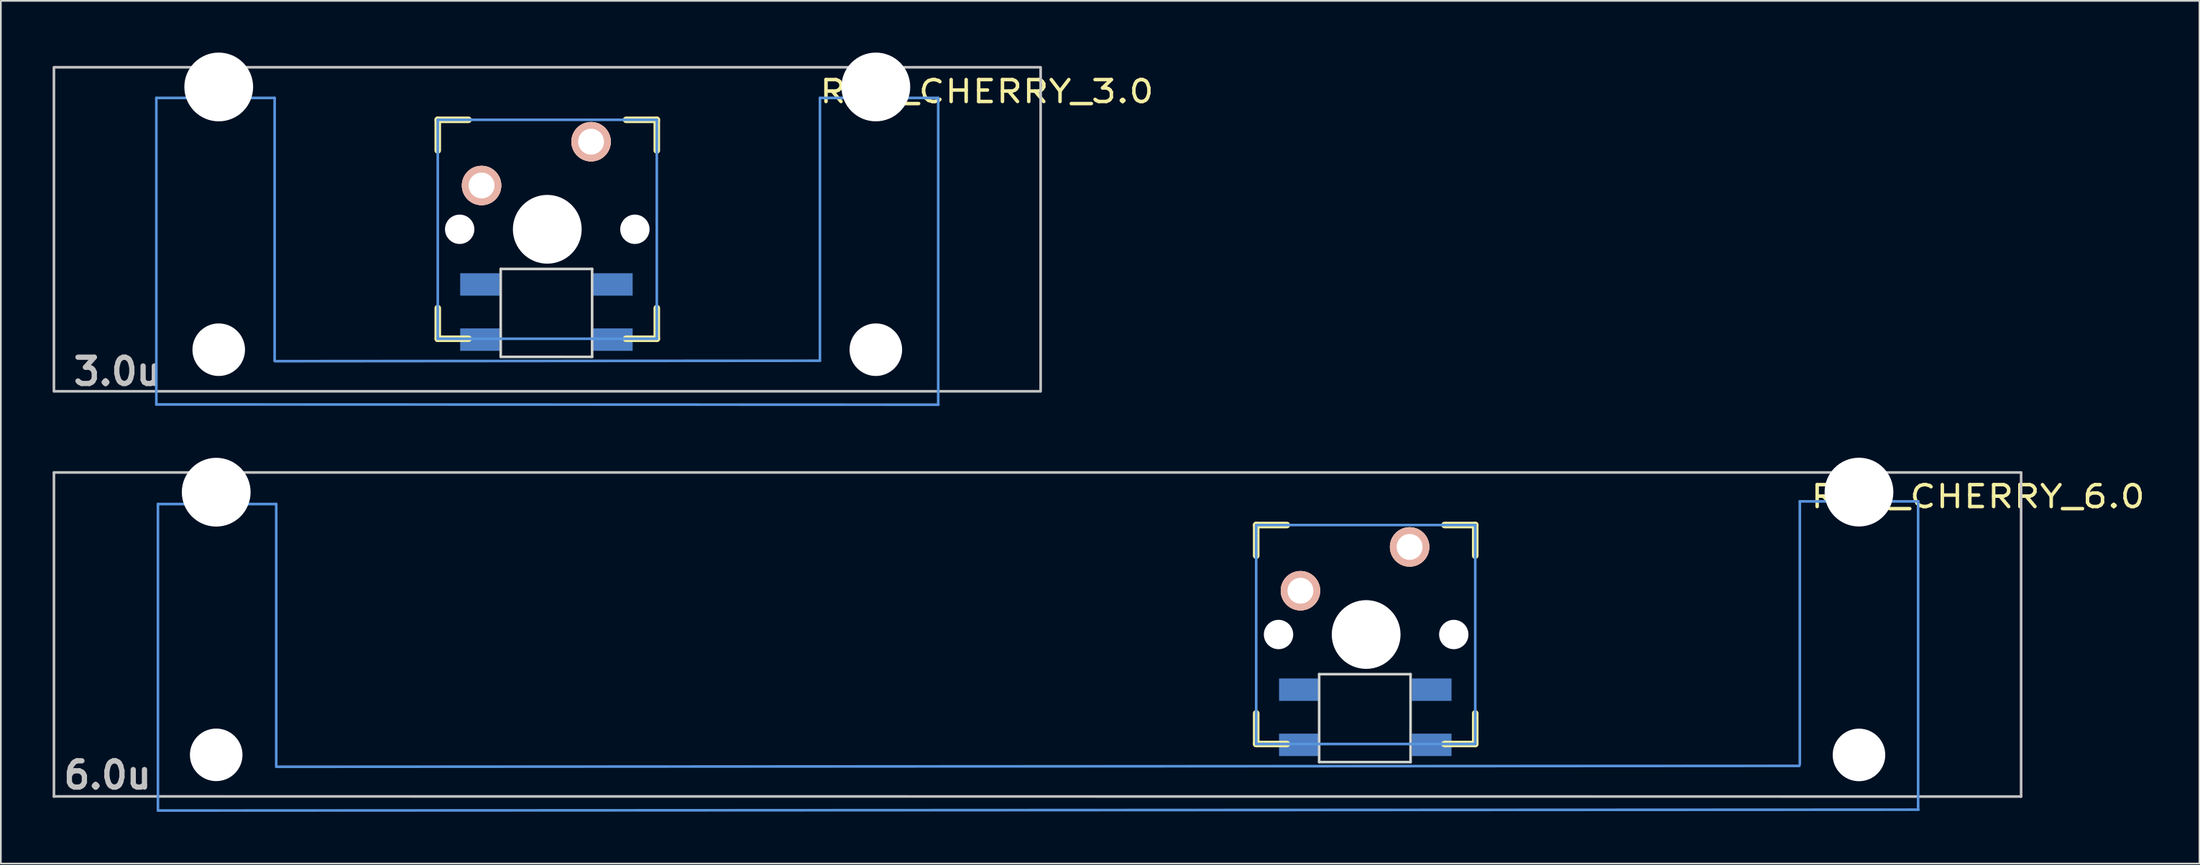
<source format=kicad_pcb>
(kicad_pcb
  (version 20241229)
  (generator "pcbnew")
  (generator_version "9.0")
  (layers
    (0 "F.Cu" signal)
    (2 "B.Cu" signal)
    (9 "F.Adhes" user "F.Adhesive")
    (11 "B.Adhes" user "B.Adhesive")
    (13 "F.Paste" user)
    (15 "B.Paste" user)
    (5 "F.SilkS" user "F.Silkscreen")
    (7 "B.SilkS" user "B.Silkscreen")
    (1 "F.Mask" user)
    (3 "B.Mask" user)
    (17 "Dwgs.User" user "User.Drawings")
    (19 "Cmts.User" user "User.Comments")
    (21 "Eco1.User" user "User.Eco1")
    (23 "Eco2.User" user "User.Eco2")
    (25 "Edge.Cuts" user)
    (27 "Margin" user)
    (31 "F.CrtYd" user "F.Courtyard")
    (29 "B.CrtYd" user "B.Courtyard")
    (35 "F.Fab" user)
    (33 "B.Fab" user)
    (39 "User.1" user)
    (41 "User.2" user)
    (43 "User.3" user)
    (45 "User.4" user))
  (footprint "RGB_CHERRY_3.0"
    (layer "F.Cu")
    (at 28.682 10.249)
    (property "Reference" "RGB_CHERRY_3.0" (at 25.485 -7.99 0) (layer "F.SilkS") (effects (font (size 1.27 1.524) (thickness 0.203))))
    (attr through_hole)
    (fp_line (start -6.35 -6.35) (end -4.572 -6.35) (stroke (width 0.381) (type solid)) (layer "F.SilkS"))
    (fp_line (start -6.35 -4.572) (end -6.35 -6.35) (stroke (width 0.381) (type solid)) (layer "F.SilkS"))
    (fp_line (start -6.35 6.35) (end -6.35 4.572) (stroke (width 0.381) (type solid)) (layer "F.SilkS"))
    (fp_line (start -4.572 6.35) (end -6.35 6.35) (stroke (width 0.381) (type solid)) (layer "F.SilkS"))
    (fp_line (start 4.572 -6.35) (end 6.35 -6.35) (stroke (width 0.381) (type solid)) (layer "F.SilkS"))
    (fp_line (start 6.35 -6.35) (end 6.35 -4.572) (stroke (width 0.381) (type solid)) (layer "F.SilkS"))
    (fp_line (start 6.35 4.572) (end 6.35 6.35) (stroke (width 0.381) (type solid)) (layer "F.SilkS"))
    (fp_line (start 6.35 6.35) (end 4.572 6.35) (stroke (width 0.381) (type solid)) (layer "F.SilkS"))
    (fp_line (start -28.606 9.398) (end -28.606 -9.398) (stroke (width 0.152) (type solid)) (layer "Dwgs.User"))
    (fp_line (start -28.575 -9.398) (end 28.575 -9.398) (stroke (width 0.152) (type solid)) (layer "Dwgs.User"))
    (fp_line (start 28.575 9.398) (end -28.575 9.398) (stroke (width 0.152) (type solid)) (layer "Dwgs.User"))
    (fp_line (start 28.606 -9.398) (end 28.606 9.398) (stroke (width 0.152) (type solid)) (layer "Dwgs.User"))
    (fp_line (start -22.667 -7.62) (end -22.667 10.16) (stroke (width 0.152) (type solid)) (layer "Cmts.User"))
    (fp_line (start -22.667 10.16) (end 22.675 10.175) (stroke (width 0.152) (type solid)) (layer "Cmts.User"))
    (fp_line (start -15.809 -7.62) (end -22.667 -7.62) (stroke (width 0.152) (type solid)) (layer "Cmts.User"))
    (fp_line (start -15.809 7.62) (end -15.809 -7.62) (stroke (width 0.152) (type solid)) (layer "Cmts.User"))
    (fp_line (start -6.35 -6.35) (end 6.35 -6.35) (stroke (width 0.152) (type solid)) (layer "Cmts.User"))
    (fp_line (start -6.35 6.35) (end -6.35 -6.35) (stroke (width 0.152) (type solid)) (layer "Cmts.User"))
    (fp_line (start 6.35 -6.35) (end 6.35 6.35) (stroke (width 0.152) (type solid)) (layer "Cmts.User"))
    (fp_line (start 6.35 6.35) (end -6.35 6.35) (stroke (width 0.152) (type solid)) (layer "Cmts.User"))
    (fp_line (start 15.8 7.625) (end -15.8 7.65) (stroke (width 0.152) (type solid)) (layer "Cmts.User"))
    (fp_line (start 15.809 -7.62) (end 15.809 7.62) (stroke (width 0.152) (type solid)) (layer "Cmts.User"))
    (fp_line (start 22.667 -7.62) (end 15.809 -7.62) (stroke (width 0.152) (type solid)) (layer "Cmts.User"))
    (fp_line (start 22.667 10.16) (end 22.667 -7.62) (stroke (width 0.152) (type solid)) (layer "Cmts.User"))
    (fp_line (start -23.429 -2.286) (end -22.565 -2.286) (stroke (width 0.152) (type solid)) (layer "Eco2.User"))
    (fp_line (start -23.429 0.508) (end -23.429 -2.286) (stroke (width 0.152) (type solid)) (layer "Eco2.User"))
    (fp_line (start -22.565 -5.69) (end -15.911 -5.69) (stroke (width 0.152) (type solid)) (layer "Eco2.User"))
    (fp_line (start -22.565 -2.286) (end -22.565 -5.69) (stroke (width 0.152) (type solid)) (layer "Eco2.User"))
    (fp_line (start -22.565 0.508) (end -23.429 0.508) (stroke (width 0.152) (type solid)) (layer "Eco2.User"))
    (fp_line (start -22.565 6.604) (end -22.565 0.508) (stroke (width 0.152) (type solid)) (layer "Eco2.User"))
    (fp_line (start -21.524 6.604) (end -22.565 6.604) (stroke (width 0.152) (type solid)) (layer "Eco2.User"))
    (fp_line (start -21.524 7.772) (end -21.524 6.604) (stroke (width 0.152) (type solid)) (layer "Eco2.User"))
    (fp_line (start -16.952 6.604) (end -16.952 7.772) (stroke (width 0.152) (type solid)) (layer "Eco2.User"))
    (fp_line (start -16.952 7.772) (end -21.524 7.772) (stroke (width 0.152) (type solid)) (layer "Eco2.User"))
    (fp_line (start -15.911 -5.69) (end -15.911 -2.286) (stroke (width 0.152) (type solid)) (layer "Eco2.User"))
    (fp_line (start -15.911 2.286) (end -15.911 6.604) (stroke (width 0.152) (type solid)) (layer "Eco2.User"))
    (fp_line (start -15.911 6.604) (end -16.952 6.604) (stroke (width 0.152) (type solid)) (layer "Eco2.User"))
    (fp_line (start -15.9 -2.275) (end -6.985 -2.286) (stroke (width 0.152) (type solid)) (layer "Eco2.User"))
    (fp_line (start -6.985 -6.985) (end 6.985 -6.985) (stroke (width 0.152) (type solid)) (layer "Eco2.User"))
    (fp_line (start -6.985 -2.286) (end -6.985 -6.985) (stroke (width 0.152) (type solid)) (layer "Eco2.User"))
    (fp_line (start -6.985 2.286) (end -15.9 2.275) (stroke (width 0.152) (type solid)) (layer "Eco2.User"))
    (fp_line (start -6.985 6.985) (end -6.985 2.286) (stroke (width 0.152) (type solid)) (layer "Eco2.User"))
    (fp_line (start 6.985 -6.985) (end 6.985 -2.286) (stroke (width 0.152) (type solid)) (layer "Eco2.User"))
    (fp_line (start 6.985 -2.286) (end 15.9 -2.275) (stroke (width 0.152) (type solid)) (layer "Eco2.User"))
    (fp_line (start 6.985 2.286) (end 6.985 6.985) (stroke (width 0.152) (type solid)) (layer "Eco2.User"))
    (fp_line (start 6.985 6.985) (end -6.985 6.985) (stroke (width 0.152) (type solid)) (layer "Eco2.User"))
    (fp_line (start 15.9 2.3) (end 6.985 2.286) (stroke (width 0.152) (type solid)) (layer "Eco2.User"))
    (fp_line (start 15.911 -5.69) (end 22.565 -5.69) (stroke (width 0.152) (type solid)) (layer "Eco2.User"))
    (fp_line (start 15.911 -2.286) (end 15.911 -5.69) (stroke (width 0.152) (type solid)) (layer "Eco2.User"))
    (fp_line (start 15.911 6.604) (end 15.911 2.286) (stroke (width 0.152) (type solid)) (layer "Eco2.User"))
    (fp_line (start 16.952 6.604) (end 15.911 6.604) (stroke (width 0.152) (type solid)) (layer "Eco2.User"))
    (fp_line (start 16.952 7.772) (end 16.952 6.604) (stroke (width 0.152) (type solid)) (layer "Eco2.User"))
    (fp_line (start 21.524 6.604) (end 21.524 7.772) (stroke (width 0.152) (type solid)) (layer "Eco2.User"))
    (fp_line (start 21.524 7.772) (end 16.952 7.772) (stroke (width 0.152) (type solid)) (layer "Eco2.User"))
    (fp_line (start 22.565 -5.69) (end 22.565 -2.286) (stroke (width 0.152) (type solid)) (layer "Eco2.User"))
    (fp_line (start 22.565 -2.286) (end 23.429 -2.286) (stroke (width 0.152) (type solid)) (layer "Eco2.User"))
    (fp_line (start 22.565 0.508) (end 22.565 6.604) (stroke (width 0.152) (type solid)) (layer "Eco2.User"))
    (fp_line (start 22.565 6.604) (end 21.524 6.604) (stroke (width 0.152) (type solid)) (layer "Eco2.User"))
    (fp_line (start 23.429 -2.286) (end 23.429 0.508) (stroke (width 0.152) (type solid)) (layer "Eco2.User"))
    (fp_line (start 23.429 0.508) (end 22.565 0.508) (stroke (width 0.152) (type solid)) (layer "Eco2.User"))
    (fp_line (start -2.7 2.3) (end -2.7 7.4) (stroke (width 0.15) (type solid)) (layer "Edge.Cuts"))
    (fp_line (start -2.7 2.3) (end 2.6 2.3) (stroke (width 0.15) (type solid)) (layer "Edge.Cuts"))
    (fp_line (start 2.6 2.3) (end 2.6 7.4) (stroke (width 0.15) (type solid)) (layer "Edge.Cuts"))
    (fp_line (start 2.6 7.4) (end -2.7 7.4) (stroke (width 0.15) (type solid)) (layer "Edge.Cuts"))
    (fp_text user "3.0u" (at -24.923 8.255 0) (layer "Dwgs.User") (effects (font (size 1.524 1.524) (thickness 0.305))))
    (pad "" np_thru_hole circle (at -19.05 -8.255) (size 3.988 3.988) (drill 3.988) (layers "*.Cu"))
    (pad "" np_thru_hole circle (at -19.05 6.985) (size 3.048 3.048) (drill 3.048) (layers "*.Cu"))
    (pad "" np_thru_hole circle (at -5.08 0) (size 1.702 1.702) (drill 1.702) (layers "*.Cu"))
    (pad "" np_thru_hole circle (at 0 0) (size 3.988 3.988) (drill 3.988) (layers "*.Cu"))
    (pad "" np_thru_hole circle (at 5.08 0) (size 1.702 1.702) (drill 1.702) (layers "*.Cu"))
    (pad "" np_thru_hole circle (at 19.05 -8.255) (size 3.988 3.988) (drill 3.988) (layers "*.Cu"))
    (pad "" np_thru_hole circle (at 19.05 6.985) (size 3.048 3.048) (drill 3.048) (layers "*.Cu"))
    (pad "1" thru_hole circle (at 2.54 -5.08) (size 2.286 2.286) (drill 1.499) (layers "*.Cu" "*.SilkS" "*.Mask"))
    (pad "2" thru_hole circle (at -3.81 -2.54) (size 2.286 2.286) (drill 1.499) (layers "*.Cu" "*.SilkS" "*.Mask"))
    (pad "3" smd rect (at -2.8 3.2) (size 2.3 1.3) (drill (offset -1.1 0)) (layers "B.Cu" "B.Mask" "B.Paste"))
    (pad "4" smd rect (at -2.8 6.4) (size 2.3 1.3) (drill (offset -1.1 0)) (layers "B.Cu" "B.Mask" "B.Paste"))
    (pad "5" smd rect (at 2.7 6.4) (size 2.3 1.3) (drill (offset 1.1 0)) (layers "B.Cu" "B.Mask" "B.Paste"))
    (pad "6" smd rect (at 2.7 3.2) (size 2.3 1.3) (drill (offset 1.1 0)) (layers "B.Cu" "B.Mask" "B.Paste")))
  (footprint "RGB_CHERRY_6.0"
    (layer "F.Cu")
    (at 66.636 33.754)
    (property "Reference" "RGB_CHERRY_6.0" (at 45 -8 0) (layer "F.SilkS") (effects (font (size 1.27 1.524) (thickness 0.203))))
    (attr through_hole)
    (fp_line (start 3.15 -6.35) (end 4.928 -6.35) (stroke (width 0.381) (type solid)) (layer "F.SilkS"))
    (fp_line (start 3.15 -4.572) (end 3.15 -6.35) (stroke (width 0.381) (type solid)) (layer "F.SilkS"))
    (fp_line (start 3.15 6.35) (end 3.15 4.572) (stroke (width 0.381) (type solid)) (layer "F.SilkS"))
    (fp_line (start 4.928 6.35) (end 3.15 6.35) (stroke (width 0.381) (type solid)) (layer "F.SilkS"))
    (fp_line (start 14.072 -6.35) (end 15.85 -6.35) (stroke (width 0.381) (type solid)) (layer "F.SilkS"))
    (fp_line (start 15.85 -6.35) (end 15.85 -4.572) (stroke (width 0.381) (type solid)) (layer "F.SilkS"))
    (fp_line (start 15.85 4.572) (end 15.85 6.35) (stroke (width 0.381) (type solid)) (layer "F.SilkS"))
    (fp_line (start 15.85 6.35) (end 14.072 6.35) (stroke (width 0.381) (type solid)) (layer "F.SilkS"))
    (fp_line (start -66.559 -9.398) (end 47.5 -9.398) (stroke (width 0.152) (type solid)) (layer "Dwgs.User"))
    (fp_line (start -66.559 9.398) (end -66.559 -9.398) (stroke (width 0.152) (type solid)) (layer "Dwgs.User"))
    (fp_line (start 47.5 -9.398) (end 47.5 9.398) (stroke (width 0.152) (type solid)) (layer "Dwgs.User"))
    (fp_line (start 47.5 9.398) (end -66.56 9.39) (stroke (width 0.152) (type solid)) (layer "Dwgs.User"))
    (fp_line (start -60.528 -7.569) (end -60.528 10.211) (stroke (width 0.152) (type solid)) (layer "Cmts.User"))
    (fp_line (start -60.52 10.21) (end 41.554 10.16) (stroke (width 0.152) (type solid)) (layer "Cmts.User"))
    (fp_line (start -53.67 -7.569) (end -60.528 -7.569) (stroke (width 0.152) (type solid)) (layer "Cmts.User"))
    (fp_line (start -53.67 7.671) (end -53.67 -7.569) (stroke (width 0.152) (type solid)) (layer "Cmts.User"))
    (fp_line (start 3.15 -6.35) (end 15.85 -6.35) (stroke (width 0.152) (type solid)) (layer "Cmts.User"))
    (fp_line (start 3.15 6.35) (end 3.15 -6.35) (stroke (width 0.152) (type solid)) (layer "Cmts.User"))
    (fp_line (start 15.85 -6.35) (end 15.85 6.35) (stroke (width 0.152) (type solid)) (layer "Cmts.User"))
    (fp_line (start 15.85 6.35) (end 3.15 6.35) (stroke (width 0.152) (type solid)) (layer "Cmts.User"))
    (fp_line (start 34.646 7.62) (end -53.645 7.671) (stroke (width 0.152) (type solid)) (layer "Cmts.User"))
    (fp_line (start 34.671 -7.722) (end 34.671 7.518) (stroke (width 0.152) (type solid)) (layer "Cmts.User"))
    (fp_line (start 41.529 -7.722) (end 34.671 -7.722) (stroke (width 0.152) (type solid)) (layer "Cmts.User"))
    (fp_line (start 41.529 10.058) (end 41.529 -7.722) (stroke (width 0.152) (type solid)) (layer "Cmts.User"))
    (fp_line (start -61.29 -2.235) (end -60.427 -2.235) (stroke (width 0.152) (type solid)) (layer "Eco2.User"))
    (fp_line (start -61.29 0.559) (end -61.29 -2.235) (stroke (width 0.152) (type solid)) (layer "Eco2.User"))
    (fp_line (start -60.427 -5.639) (end -53.772 -5.639) (stroke (width 0.152) (type solid)) (layer "Eco2.User"))
    (fp_line (start -60.427 -2.235) (end -60.427 -5.639) (stroke (width 0.152) (type solid)) (layer "Eco2.User"))
    (fp_line (start -60.427 0.559) (end -61.29 0.559) (stroke (width 0.152) (type solid)) (layer "Eco2.User"))
    (fp_line (start -60.427 6.655) (end -60.427 0.559) (stroke (width 0.152) (type solid)) (layer "Eco2.User"))
    (fp_line (start -59.385 6.655) (end -60.427 6.655) (stroke (width 0.152) (type solid)) (layer "Eco2.User"))
    (fp_line (start -59.385 7.823) (end -59.385 6.655) (stroke (width 0.152) (type solid)) (layer "Eco2.User"))
    (fp_line (start -54.813 6.655) (end -54.813 7.823) (stroke (width 0.152) (type solid)) (layer "Eco2.User"))
    (fp_line (start -54.813 7.823) (end -59.385 7.823) (stroke (width 0.152) (type solid)) (layer "Eco2.User"))
    (fp_line (start -53.797 -2.286) (end 2.5 -2.3) (stroke (width 0.152) (type solid)) (layer "Eco2.User"))
    (fp_line (start -53.772 -5.639) (end -53.772 -2.235) (stroke (width 0.152) (type solid)) (layer "Eco2.User"))
    (fp_line (start -53.772 2.337) (end -53.772 6.655) (stroke (width 0.152) (type solid)) (layer "Eco2.User"))
    (fp_line (start -53.772 6.655) (end -54.813 6.655) (stroke (width 0.152) (type solid)) (layer "Eco2.User"))
    (fp_line (start 2.5 2.3) (end -53.797 2.286) (stroke (width 0.152) (type solid)) (layer "Eco2.User"))
    (fp_line (start 2.515 -6.985) (end 16.485 -6.985) (stroke (width 0.152) (type solid)) (layer "Eco2.User"))
    (fp_line (start 2.515 -2.286) (end 2.515 -6.985) (stroke (width 0.152) (type solid)) (layer "Eco2.User"))
    (fp_line (start 2.515 6.985) (end 2.515 2.286) (stroke (width 0.152) (type solid)) (layer "Eco2.User"))
    (fp_line (start 16.485 -6.985) (end 16.485 -2.286) (stroke (width 0.152) (type solid)) (layer "Eco2.User"))
    (fp_line (start 16.485 2.286) (end 16.485 6.985) (stroke (width 0.152) (type solid)) (layer "Eco2.User"))
    (fp_line (start 16.485 6.985) (end 2.515 6.985) (stroke (width 0.152) (type solid)) (layer "Eco2.User"))
    (fp_line (start 16.5 -2.3) (end 34.798 -2.286) (stroke (width 0.152) (type solid)) (layer "Eco2.User"))
    (fp_line (start 34.747 2.286) (end 16.5 2.3) (stroke (width 0.152) (type solid)) (layer "Eco2.User"))
    (fp_line (start 34.773 -5.791) (end 41.427 -5.791) (stroke (width 0.152) (type solid)) (layer "Eco2.User"))
    (fp_line (start 34.773 -2.388) (end 34.773 -5.791) (stroke (width 0.152) (type solid)) (layer "Eco2.User"))
    (fp_line (start 34.773 6.502) (end 34.798 2.286) (stroke (width 0.152) (type solid)) (layer "Eco2.User"))
    (fp_line (start 35.814 6.502) (end 34.773 6.502) (stroke (width 0.152) (type solid)) (layer "Eco2.User"))
    (fp_line (start 35.814 7.671) (end 35.814 6.502) (stroke (width 0.152) (type solid)) (layer "Eco2.User"))
    (fp_line (start 40.386 6.502) (end 40.386 7.671) (stroke (width 0.152) (type solid)) (layer "Eco2.User"))
    (fp_line (start 40.386 7.671) (end 35.814 7.671) (stroke (width 0.152) (type solid)) (layer "Eco2.User"))
    (fp_line (start 41.427 -5.791) (end 41.427 -2.388) (stroke (width 0.152) (type solid)) (layer "Eco2.User"))
    (fp_line (start 41.427 -2.388) (end 42.291 -2.388) (stroke (width 0.152) (type solid)) (layer "Eco2.User"))
    (fp_line (start 41.427 0.406) (end 41.427 6.502) (stroke (width 0.152) (type solid)) (layer "Eco2.User"))
    (fp_line (start 41.427 6.502) (end 40.386 6.502) (stroke (width 0.152) (type solid)) (layer "Eco2.User"))
    (fp_line (start 42.291 -2.388) (end 42.291 0.406) (stroke (width 0.152) (type solid)) (layer "Eco2.User"))
    (fp_line (start 42.291 0.406) (end 41.427 0.406) (stroke (width 0.152) (type solid)) (layer "Eco2.User"))
    (fp_line (start 6.8 2.3) (end 6.8 7.4) (stroke (width 0.15) (type solid)) (layer "Edge.Cuts"))
    (fp_line (start 6.8 2.3) (end 12.1 2.3) (stroke (width 0.15) (type solid)) (layer "Edge.Cuts"))
    (fp_line (start 12.1 2.3) (end 12.1 7.4) (stroke (width 0.15) (type solid)) (layer "Edge.Cuts"))
    (fp_line (start 12.1 7.4) (end 6.8 7.4) (stroke (width 0.15) (type solid)) (layer "Edge.Cuts"))
    (fp_text user "6.0u" (at -63.45 8.16 0) (layer "Dwgs.User") (effects (font (size 1.524 1.524) (thickness 0.305))))
    (pad "" np_thru_hole circle (at -57.15 -8.255) (size 3.988 3.988) (drill 3.988) (layers "*.Cu"))
    (pad "" np_thru_hole circle (at -57.15 6.98) (size 3.048 3.048) (drill 3.048) (layers "*.Cu"))
    (pad "" np_thru_hole circle (at 4.445 0) (size 1.702 1.702) (drill 1.702) (layers "*.Cu"))
    (pad "" np_thru_hole circle (at 9.525 0) (size 3.988 3.988) (drill 3.988) (layers "*.Cu"))
    (pad "" np_thru_hole circle (at 14.605 0) (size 1.702 1.702) (drill 1.702) (layers "*.Cu"))
    (pad "" np_thru_hole circle (at 38.1 -8.26) (size 3.988 3.988) (drill 3.988) (layers "*.Cu"))
    (pad "" np_thru_hole circle (at 38.1 6.985) (size 3.048 3.048) (drill 3.048) (layers "*.Cu"))
    (pad "1" thru_hole circle (at 12.045 -5.08) (size 2.286 2.286) (drill 1.499) (layers "*.Cu" "*.SilkS" "*.Mask"))
    (pad "2" thru_hole circle (at 5.715 -2.54) (size 2.286 2.286) (drill 1.499) (layers "*.Cu" "*.SilkS" "*.Mask"))
    (pad "3" smd rect (at 6.725 3.2) (size 2.3 1.3) (drill (offset -1.1 0)) (layers "B.Cu" "B.Mask" "B.Paste"))
    (pad "4" smd rect (at 6.725 6.4) (size 2.3 1.3) (drill (offset -1.1 0)) (layers "B.Cu" "B.Mask" "B.Paste"))
    (pad "5" smd rect (at 12.225 6.4) (size 2.3 1.3) (drill (offset 1.1 0)) (layers "B.Cu" "B.Mask" "B.Paste"))
    (pad "6" smd rect (at 12.225 3.2) (size 2.3 1.3) (drill (offset 1.1 0)) (layers "B.Cu" "B.Mask" "B.Paste")))
  (gr_rect
    (start -3 -3)
    (end 124.477 47.041)
    (stroke (width 0.1) (type default))
    (fill no)
    (layer "Edge.Cuts")))
</source>
